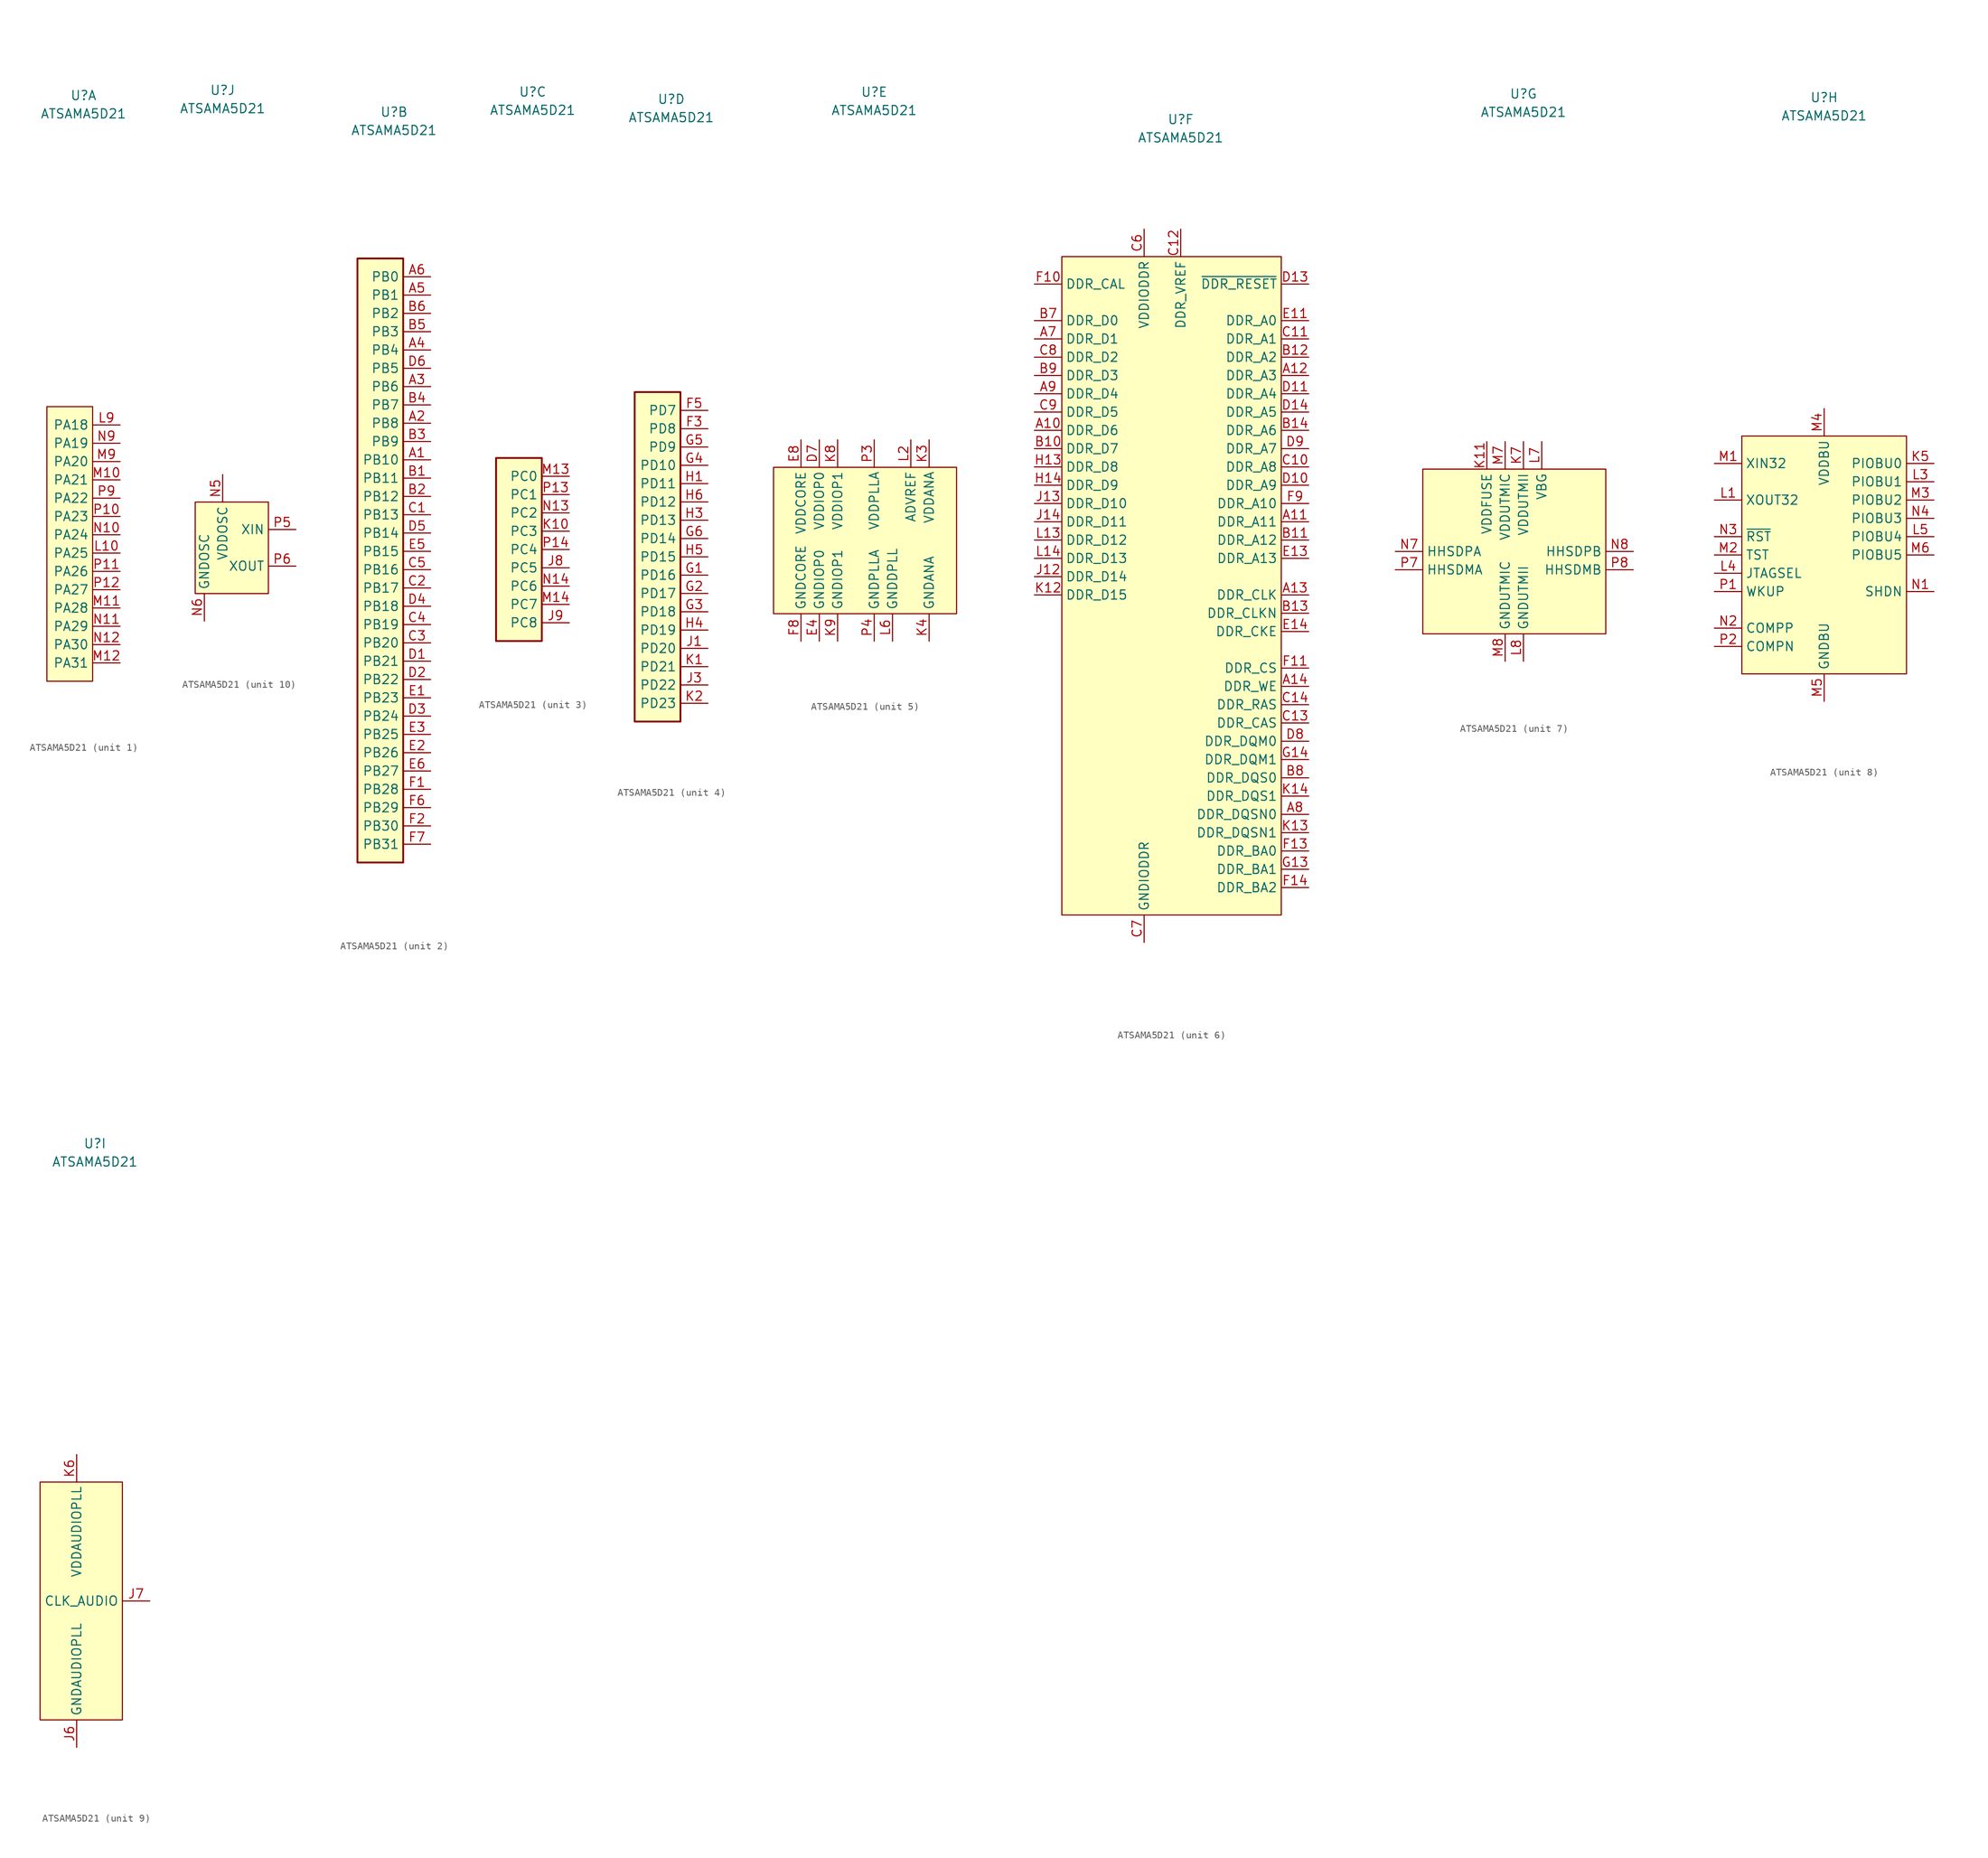
<source format=kicad_sym>
(kicad_symbol_lib
  (version 20231120)
  (generator "kicad_symbol_editor")
  (generator_version "8.0")
  (symbol "ATSAMA5D21"
    (property "Reference" "U"
      (at 0 63.5 0)
      (effects (font (size 1.27 1.27))))
    (property "Value" "ATSAMA5D21"
      (at 0 60.96 0)
      (effects (font (size 1.27 1.27))))
    (property "ki_locked" ""
      (at 0 0 0)
      (effects (font (size 1.27 1.27))))
    (symbol "ATSAMA5D21_1_1"
      (rectangle (start 1.27 20.32) (end -5.08 -17.78) (stroke (width 0) (type default)) (fill (type background)))
      (pin bidirectional line (at 5.08 0 180) (length 3.81) (name "PA25" (effects (font (size 1.27 1.27)))) (number "L10" (effects (font (size 1.27 1.27)))))
      (pin bidirectional line (at 5.08 17.78 180) (length 3.81) (name "PA18" (effects (font (size 1.27 1.27)))) (number "L9" (effects (font (size 1.27 1.27)))))
      (pin bidirectional line (at 5.08 10.16 180) (length 3.81) (name "PA21" (effects (font (size 1.27 1.27)))) (number "M10" (effects (font (size 1.27 1.27)))))
      (pin bidirectional line (at 5.08 -7.62 180) (length 3.81) (name "PA28" (effects (font (size 1.27 1.27)))) (number "M11" (effects (font (size 1.27 1.27)))))
      (pin bidirectional line (at 5.08 -15.24 180) (length 3.81) (name "PA31" (effects (font (size 1.27 1.27)))) (number "M12" (effects (font (size 1.27 1.27)))))
      (pin bidirectional line (at 5.08 12.7 180) (length 3.81) (name "PA20" (effects (font (size 1.27 1.27)))) (number "M9" (effects (font (size 1.27 1.27)))))
      (pin bidirectional line (at 5.08 2.54 180) (length 3.81) (name "PA24" (effects (font (size 1.27 1.27)))) (number "N10" (effects (font (size 1.27 1.27)))))
      (pin bidirectional line (at 5.08 -10.16 180) (length 3.81) (name "PA29" (effects (font (size 1.27 1.27)))) (number "N11" (effects (font (size 1.27 1.27)))))
      (pin bidirectional line (at 5.08 -12.7 180) (length 3.81) (name "PA30" (effects (font (size 1.27 1.27)))) (number "N12" (effects (font (size 1.27 1.27)))))
      (pin bidirectional line (at 5.08 15.24 180) (length 3.81) (name "PA19" (effects (font (size 1.27 1.27)))) (number "N9" (effects (font (size 1.27 1.27)))))
      (pin bidirectional line (at 5.08 5.08 180) (length 3.81) (name "PA23" (effects (font (size 1.27 1.27)))) (number "P10" (effects (font (size 1.27 1.27)))))
      (pin bidirectional line (at 5.08 -2.54 180) (length 3.81) (name "PA26" (effects (font (size 1.27 1.27)))) (number "P11" (effects (font (size 1.27 1.27)))))
      (pin bidirectional line (at 5.08 -5.08 180) (length 3.81) (name "PA27" (effects (font (size 1.27 1.27)))) (number "P12" (effects (font (size 1.27 1.27)))))
      (pin bidirectional line (at 5.08 7.62 180) (length 3.81) (name "PA22" (effects (font (size 1.27 1.27)))) (number "P9" (effects (font (size 1.27 1.27))))))
    (symbol "ATSAMA5D21_2_1"
      (rectangle (start -5.08 43.18) (end 1.27 -40.64) (stroke (width 0.254) (type default)) (fill (type background)))
      (pin bidirectional line (at 5.08 15.24 180) (length 3.81) (name "PB10" (effects (font (size 1.27 1.27)))) (number "A1" (effects (font (size 1.27 1.27)))))
      (pin bidirectional line (at 5.08 20.32 180) (length 3.81) (name "PB8" (effects (font (size 1.27 1.27)))) (number "A2" (effects (font (size 1.27 1.27)))))
      (pin bidirectional line (at 5.08 25.4 180) (length 3.81) (name "PB6" (effects (font (size 1.27 1.27)))) (number "A3" (effects (font (size 1.27 1.27)))))
      (pin bidirectional line (at 5.08 30.48 180) (length 3.81) (name "PB4" (effects (font (size 1.27 1.27)))) (number "A4" (effects (font (size 1.27 1.27)))))
      (pin bidirectional line (at 5.08 38.1 180) (length 3.81) (name "PB1" (effects (font (size 1.27 1.27)))) (number "A5" (effects (font (size 1.27 1.27)))))
      (pin bidirectional line (at 5.08 40.64 180) (length 3.81) (name "PB0" (effects (font (size 1.27 1.27)))) (number "A6" (effects (font (size 1.27 1.27)))))
      (pin bidirectional line (at 5.08 12.7 180) (length 3.81) (name "PB11" (effects (font (size 1.27 1.27)))) (number "B1" (effects (font (size 1.27 1.27)))))
      (pin bidirectional line (at 5.08 10.16 180) (length 3.81) (name "PB12" (effects (font (size 1.27 1.27)))) (number "B2" (effects (font (size 1.27 1.27)))))
      (pin bidirectional line (at 5.08 17.78 180) (length 3.81) (name "PB9" (effects (font (size 1.27 1.27)))) (number "B3" (effects (font (size 1.27 1.27)))))
      (pin bidirectional line (at 5.08 22.86 180) (length 3.81) (name "PB7" (effects (font (size 1.27 1.27)))) (number "B4" (effects (font (size 1.27 1.27)))))
      (pin bidirectional line (at 5.08 33.02 180) (length 3.81) (name "PB3" (effects (font (size 1.27 1.27)))) (number "B5" (effects (font (size 1.27 1.27)))))
      (pin bidirectional line (at 5.08 35.56 180) (length 3.81) (name "PB2" (effects (font (size 1.27 1.27)))) (number "B6" (effects (font (size 1.27 1.27)))))
      (pin bidirectional line (at 5.08 7.62 180) (length 3.81) (name "PB13" (effects (font (size 1.27 1.27)))) (number "C1" (effects (font (size 1.27 1.27)))))
      (pin bidirectional line (at 5.08 -2.54 180) (length 3.81) (name "PB17" (effects (font (size 1.27 1.27)))) (number "C2" (effects (font (size 1.27 1.27)))))
      (pin bidirectional line (at 5.08 -10.16 180) (length 3.81) (name "PB20" (effects (font (size 1.27 1.27)))) (number "C3" (effects (font (size 1.27 1.27)))))
      (pin bidirectional line (at 5.08 -7.62 180) (length 3.81) (name "PB19" (effects (font (size 1.27 1.27)))) (number "C4" (effects (font (size 1.27 1.27)))))
      (pin bidirectional line (at 5.08 0 180) (length 3.81) (name "PB16" (effects (font (size 1.27 1.27)))) (number "C5" (effects (font (size 1.27 1.27)))))
      (pin bidirectional line (at 5.08 -12.7 180) (length 3.81) (name "PB21" (effects (font (size 1.27 1.27)))) (number "D1" (effects (font (size 1.27 1.27)))))
      (pin bidirectional line (at 5.08 -15.24 180) (length 3.81) (name "PB22" (effects (font (size 1.27 1.27)))) (number "D2" (effects (font (size 1.27 1.27)))))
      (pin bidirectional line (at 5.08 -20.32 180) (length 3.81) (name "PB24" (effects (font (size 1.27 1.27)))) (number "D3" (effects (font (size 1.27 1.27)))))
      (pin bidirectional line (at 5.08 -5.08 180) (length 3.81) (name "PB18" (effects (font (size 1.27 1.27)))) (number "D4" (effects (font (size 1.27 1.27)))))
      (pin bidirectional line (at 5.08 5.08 180) (length 3.81) (name "PB14" (effects (font (size 1.27 1.27)))) (number "D5" (effects (font (size 1.27 1.27)))))
      (pin bidirectional line (at 5.08 27.94 180) (length 3.81) (name "PB5" (effects (font (size 1.27 1.27)))) (number "D6" (effects (font (size 1.27 1.27)))))
      (pin bidirectional line (at 5.08 -17.78 180) (length 3.81) (name "PB23" (effects (font (size 1.27 1.27)))) (number "E1" (effects (font (size 1.27 1.27)))))
      (pin bidirectional line (at 5.08 -25.4 180) (length 3.81) (name "PB26" (effects (font (size 1.27 1.27)))) (number "E2" (effects (font (size 1.27 1.27)))))
      (pin bidirectional line (at 5.08 -22.86 180) (length 3.81) (name "PB25" (effects (font (size 1.27 1.27)))) (number "E3" (effects (font (size 1.27 1.27)))))
      (pin bidirectional line (at 5.08 2.54 180) (length 3.81) (name "PB15" (effects (font (size 1.27 1.27)))) (number "E5" (effects (font (size 1.27 1.27)))))
      (pin bidirectional line (at 5.08 -27.94 180) (length 3.81) (name "PB27" (effects (font (size 1.27 1.27)))) (number "E6" (effects (font (size 1.27 1.27)))))
      (pin bidirectional line (at 5.08 -30.48 180) (length 3.81) (name "PB28" (effects (font (size 1.27 1.27)))) (number "F1" (effects (font (size 1.27 1.27)))))
      (pin bidirectional line (at 5.08 -35.56 180) (length 3.81) (name "PB30" (effects (font (size 1.27 1.27)))) (number "F2" (effects (font (size 1.27 1.27)))))
      (pin bidirectional line (at 5.08 -33.02 180) (length 3.81) (name "PB29" (effects (font (size 1.27 1.27)))) (number "F6" (effects (font (size 1.27 1.27)))))
      (pin bidirectional line (at 5.08 -38.1 180) (length 3.81) (name "PB31" (effects (font (size 1.27 1.27)))) (number "F7" (effects (font (size 1.27 1.27))))))
    (symbol "ATSAMA5D21_3_1"
      (rectangle (start -5.08 -12.7) (end 1.27 12.7) (stroke (width 0.254) (type default)) (fill (type background)))
      (pin bidirectional line (at 5.08 -2.54 180) (length 3.81) (name "PC5" (effects (font (size 1.27 1.27)))) (number "J8" (effects (font (size 1.27 1.27)))))
      (pin bidirectional line (at 5.08 -10.16 180) (length 3.81) (name "PC8" (effects (font (size 1.27 1.27)))) (number "J9" (effects (font (size 1.27 1.27)))))
      (pin bidirectional line (at 5.08 2.54 180) (length 3.81) (name "PC3" (effects (font (size 1.27 1.27)))) (number "K10" (effects (font (size 1.27 1.27)))))
      (pin bidirectional line (at 5.08 10.16 180) (length 3.81) (name "PC0" (effects (font (size 1.27 1.27)))) (number "M13" (effects (font (size 1.27 1.27)))))
      (pin bidirectional line (at 5.08 -7.62 180) (length 3.81) (name "PC7" (effects (font (size 1.27 1.27)))) (number "M14" (effects (font (size 1.27 1.27)))))
      (pin bidirectional line (at 5.08 5.08 180) (length 3.81) (name "PC2" (effects (font (size 1.27 1.27)))) (number "N13" (effects (font (size 1.27 1.27)))))
      (pin bidirectional line (at 5.08 -5.08 180) (length 3.81) (name "PC6" (effects (font (size 1.27 1.27)))) (number "N14" (effects (font (size 1.27 1.27)))))
      (pin bidirectional line (at 5.08 7.62 180) (length 3.81) (name "PC1" (effects (font (size 1.27 1.27)))) (number "P13" (effects (font (size 1.27 1.27)))))
      (pin bidirectional line (at 5.08 0 180) (length 3.81) (name "PC4" (effects (font (size 1.27 1.27)))) (number "P14" (effects (font (size 1.27 1.27))))))
    (symbol "ATSAMA5D21_4_1"
      (rectangle (start -5.08 22.86) (end 1.27 -22.86) (stroke (width 0.254) (type default)) (fill (type background)))
      (pin bidirectional line (at 5.08 17.78 180) (length 3.81) (name "PD8" (effects (font (size 1.27 1.27)))) (number "F3" (effects (font (size 1.27 1.27)))))
      (pin bidirectional line (at 5.08 20.32 180) (length 3.81) (name "PD7" (effects (font (size 1.27 1.27)))) (number "F5" (effects (font (size 1.27 1.27)))))
      (pin bidirectional line (at 5.08 -2.54 180) (length 3.81) (name "PD16" (effects (font (size 1.27 1.27)))) (number "G1" (effects (font (size 1.27 1.27)))))
      (pin bidirectional line (at 5.08 -5.08 180) (length 3.81) (name "PD17" (effects (font (size 1.27 1.27)))) (number "G2" (effects (font (size 1.27 1.27)))))
      (pin bidirectional line (at 5.08 -7.62 180) (length 3.81) (name "PD18" (effects (font (size 1.27 1.27)))) (number "G3" (effects (font (size 1.27 1.27)))))
      (pin bidirectional line (at 5.08 12.7 180) (length 3.81) (name "PD10" (effects (font (size 1.27 1.27)))) (number "G4" (effects (font (size 1.27 1.27)))))
      (pin bidirectional line (at 5.08 15.24 180) (length 3.81) (name "PD9" (effects (font (size 1.27 1.27)))) (number "G5" (effects (font (size 1.27 1.27)))))
      (pin bidirectional line (at 5.08 2.54 180) (length 3.81) (name "PD14" (effects (font (size 1.27 1.27)))) (number "G6" (effects (font (size 1.27 1.27)))))
      (pin bidirectional line (at 5.08 10.16 180) (length 3.81) (name "PD11" (effects (font (size 1.27 1.27)))) (number "H1" (effects (font (size 1.27 1.27)))))
      (pin bidirectional line (at 5.08 5.08 180) (length 3.81) (name "PD13" (effects (font (size 1.27 1.27)))) (number "H3" (effects (font (size 1.27 1.27)))))
      (pin bidirectional line (at 5.08 -10.16 180) (length 3.81) (name "PD19" (effects (font (size 1.27 1.27)))) (number "H4" (effects (font (size 1.27 1.27)))))
      (pin bidirectional line (at 5.08 0 180) (length 3.81) (name "PD15" (effects (font (size 1.27 1.27)))) (number "H5" (effects (font (size 1.27 1.27)))))
      (pin bidirectional line (at 5.08 7.62 180) (length 3.81) (name "PD12" (effects (font (size 1.27 1.27)))) (number "H6" (effects (font (size 1.27 1.27)))))
      (pin bidirectional line (at 5.08 -12.7 180) (length 3.81) (name "PD20" (effects (font (size 1.27 1.27)))) (number "J1" (effects (font (size 1.27 1.27)))))
      (pin bidirectional line (at 5.08 -17.78 180) (length 3.81) (name "PD22" (effects (font (size 1.27 1.27)))) (number "J3" (effects (font (size 1.27 1.27)))))
      (pin bidirectional line (at 5.08 -15.24 180) (length 3.81) (name "PD21" (effects (font (size 1.27 1.27)))) (number "K1" (effects (font (size 1.27 1.27)))))
      (pin bidirectional line (at 5.08 -20.32 180) (length 3.81) (name "PD23" (effects (font (size 1.27 1.27)))) (number "K2" (effects (font (size 1.27 1.27))))))
    (symbol "ATSAMA5D21_5_1"
      (rectangle (start -13.97 11.43) (end 11.43 -8.89) (stroke (width 0) (type default)) (fill (type background)))
      (pin power_in line (at -7.62 15.24 270) (length 3.81) (name "VDDIOP0" (effects (font (size 1.27 1.27)))) (number "D7" (effects (font (size 1.27 1.27)))))
      (pin power_in line (at -7.62 -12.7 90) (length 3.81) (name "GNDIOP0" (effects (font (size 1.27 1.27)))) (number "E4" (effects (font (size 1.27 1.27)))))
      (pin passive line (at -7.62 -12.7 90) (length 3.81) hide (name "GNDIOP0" (effects (font (size 1.27 1.27)))) (number "E7" (effects (font (size 1.27 1.27)))))
      (pin power_in line (at -10.16 15.24 270) (length 3.81) (name "VDDCORE" (effects (font (size 1.27 1.27)))) (number "E8" (effects (font (size 1.27 1.27)))))
      (pin passive line (at -7.62 15.24 270) (length 3.81) hide (name "VDDIOP0" (effects (font (size 1.27 1.27)))) (number "F4" (effects (font (size 1.27 1.27)))))
      (pin power_in line (at -10.16 -12.7 90) (length 3.81) (name "GNDCORE" (effects (font (size 1.27 1.27)))) (number "F8" (effects (font (size 1.27 1.27)))))
      (pin passive line (at -10.16 -12.7 90) (length 3.81) hide (name "GNDCORE" (effects (font (size 1.27 1.27)))) (number "G7" (effects (font (size 1.27 1.27)))))
      (pin passive line (at -10.16 15.24 270) (length 3.81) hide (name "VDDCORE" (effects (font (size 1.27 1.27)))) (number "G8" (effects (font (size 1.27 1.27)))))
      (pin passive line (at -10.16 -12.7 90) (length 3.81) hide (name "GNDCORE" (effects (font (size 1.27 1.27)))) (number "G9" (effects (font (size 1.27 1.27)))))
      (pin passive line (at 7.62 15.24 270) (length 3.81) hide (name "VDDANA" (effects (font (size 1.27 1.27)))) (number "H2" (effects (font (size 1.27 1.27)))))
      (pin passive line (at -10.16 -12.7 90) (length 3.81) hide (name "GNDCORE" (effects (font (size 1.27 1.27)))) (number "H7" (effects (font (size 1.27 1.27)))))
      (pin passive line (at -10.16 15.24 270) (length 3.81) hide (name "VDDCORE" (effects (font (size 1.27 1.27)))) (number "H8" (effects (font (size 1.27 1.27)))))
      (pin passive line (at -10.16 15.24 270) (length 3.81) hide (name "VDDCORE" (effects (font (size 1.27 1.27)))) (number "H9" (effects (font (size 1.27 1.27)))))
      (pin passive line (at 7.62 -12.7 90) (length 3.81) hide (name "GNDANA" (effects (font (size 1.27 1.27)))) (number "J2" (effects (font (size 1.27 1.27)))))
      (pin passive line (at -10.16 -12.7 90) (length 3.81) hide (name "GNDCORE" (effects (font (size 1.27 1.27)))) (number "J4" (effects (font (size 1.27 1.27)))))
      (pin passive line (at -10.16 15.24 270) (length 3.81) hide (name "VDDCORE" (effects (font (size 1.27 1.27)))) (number "J5" (effects (font (size 1.27 1.27)))))
      (pin power_in line (at 7.62 15.24 270) (length 3.81) (name "VDDANA" (effects (font (size 1.27 1.27)))) (number "K3" (effects (font (size 1.27 1.27)))))
      (pin power_in line (at 7.62 -12.7 90) (length 3.81) (name "GNDANA" (effects (font (size 1.27 1.27)))) (number "K4" (effects (font (size 1.27 1.27)))))
      (pin power_in line (at -5.08 15.24 270) (length 3.81) (name "VDDIOP1" (effects (font (size 1.27 1.27)))) (number "K8" (effects (font (size 1.27 1.27)))))
      (pin power_in line (at -5.08 -12.7 90) (length 3.81) (name "GNDIOP1" (effects (font (size 1.27 1.27)))) (number "K9" (effects (font (size 1.27 1.27)))))
      (pin passive line (at -5.08 15.24 270) (length 3.81) hide (name "VDDIOP1" (effects (font (size 1.27 1.27)))) (number "L11" (effects (font (size 1.27 1.27)))))
      (pin passive line (at -5.08 -12.7 90) (length 3.81) hide (name "GNDIOP1" (effects (font (size 1.27 1.27)))) (number "L12" (effects (font (size 1.27 1.27)))))
      (pin power_in line (at 5.08 15.24 270) (length 3.81) (name "ADVREF" (effects (font (size 1.27 1.27)))) (number "L2" (effects (font (size 1.27 1.27)))))
      (pin power_in line (at 2.54 -12.7 90) (length 3.81) (name "GNDDPLL" (effects (font (size 1.27 1.27)))) (number "L6" (effects (font (size 1.27 1.27)))))
      (pin power_in line (at 0 15.24 270) (length 3.81) (name "VDDPLLA" (effects (font (size 1.27 1.27)))) (number "P3" (effects (font (size 1.27 1.27)))))
      (pin power_in line (at 0 -12.7 90) (length 3.81) (name "GNDPLLA" (effects (font (size 1.27 1.27)))) (number "P4" (effects (font (size 1.27 1.27))))))
    (symbol "ATSAMA5D21_6_1"
      (rectangle (start -16.51 44.45) (end 13.97 -46.99) (stroke (width 0) (type default)) (fill (type background)))
      (pin bidirectional line (at -20.32 20.32 0) (length 3.81) (name "DDR_D6" (effects (font (size 1.27 1.27)))) (number "A10" (effects (font (size 1.27 1.27)))))
      (pin output line (at 17.78 7.62 180) (length 3.81) (name "DDR_A11" (effects (font (size 1.27 1.27)))) (number "A11" (effects (font (size 1.27 1.27)))))
      (pin output line (at 17.78 27.94 180) (length 3.81) (name "DDR_A3" (effects (font (size 1.27 1.27)))) (number "A12" (effects (font (size 1.27 1.27)))))
      (pin output line (at 17.78 -2.54 180) (length 3.81) (name "DDR_CLK" (effects (font (size 1.27 1.27)))) (number "A13" (effects (font (size 1.27 1.27)))))
      (pin output line (at 17.78 -15.24 180) (length 3.81) (name "DDR_WE" (effects (font (size 1.27 1.27)))) (number "A14" (effects (font (size 1.27 1.27)))))
      (pin bidirectional line (at -20.32 33.02 0) (length 3.81) (name "DDR_D1" (effects (font (size 1.27 1.27)))) (number "A7" (effects (font (size 1.27 1.27)))))
      (pin output line (at 17.78 -33.02 180) (length 3.81) (name "DDR_DQSN0" (effects (font (size 1.27 1.27)))) (number "A8" (effects (font (size 1.27 1.27)))))
      (pin bidirectional line (at -20.32 25.4 0) (length 3.81) (name "DDR_D4" (effects (font (size 1.27 1.27)))) (number "A9" (effects (font (size 1.27 1.27)))))
      (pin bidirectional line (at -20.32 17.78 0) (length 3.81) (name "DDR_D7" (effects (font (size 1.27 1.27)))) (number "B10" (effects (font (size 1.27 1.27)))))
      (pin output line (at 17.78 5.08 180) (length 3.81) (name "DDR_A12" (effects (font (size 1.27 1.27)))) (number "B11" (effects (font (size 1.27 1.27)))))
      (pin output line (at 17.78 30.48 180) (length 3.81) (name "DDR_A2" (effects (font (size 1.27 1.27)))) (number "B12" (effects (font (size 1.27 1.27)))))
      (pin output line (at 17.78 -5.08 180) (length 3.81) (name "DDR_CLKN" (effects (font (size 1.27 1.27)))) (number "B13" (effects (font (size 1.27 1.27)))))
      (pin output line (at 17.78 20.32 180) (length 3.81) (name "DDR_A6" (effects (font (size 1.27 1.27)))) (number "B14" (effects (font (size 1.27 1.27)))))
      (pin bidirectional line (at -20.32 35.56 0) (length 3.81) (name "DDR_D0" (effects (font (size 1.27 1.27)))) (number "B7" (effects (font (size 1.27 1.27)))))
      (pin output line (at 17.78 -27.94 180) (length 3.81) (name "DDR_DQS0" (effects (font (size 1.27 1.27)))) (number "B8" (effects (font (size 1.27 1.27)))))
      (pin bidirectional line (at -20.32 27.94 0) (length 3.81) (name "DDR_D3" (effects (font (size 1.27 1.27)))) (number "B9" (effects (font (size 1.27 1.27)))))
      (pin output line (at 17.78 15.24 180) (length 3.81) (name "DDR_A8" (effects (font (size 1.27 1.27)))) (number "C10" (effects (font (size 1.27 1.27)))))
      (pin output line (at 17.78 33.02 180) (length 3.81) (name "DDR_A1" (effects (font (size 1.27 1.27)))) (number "C11" (effects (font (size 1.27 1.27)))))
      (pin power_in line (at 0 48.26 270) (length 3.81) (name "DDR_VREF" (effects (font (size 1.27 1.27)))) (number "C12" (effects (font (size 1.27 1.27)))))
      (pin output line (at 17.78 -20.32 180) (length 3.81) (name "DDR_CAS" (effects (font (size 1.27 1.27)))) (number "C13" (effects (font (size 1.27 1.27)))))
      (pin output line (at 17.78 -17.78 180) (length 3.81) (name "DDR_RAS" (effects (font (size 1.27 1.27)))) (number "C14" (effects (font (size 1.27 1.27)))))
      (pin power_in line (at -5.08 48.26 270) (length 3.81) (name "VDDIODDR" (effects (font (size 1.27 1.27)))) (number "C6" (effects (font (size 1.27 1.27)))))
      (pin power_in line (at -5.08 -50.8 90) (length 3.81) (name "GNDIODDR" (effects (font (size 1.27 1.27)))) (number "C7" (effects (font (size 1.27 1.27)))))
      (pin bidirectional line (at -20.32 30.48 0) (length 3.81) (name "DDR_D2" (effects (font (size 1.27 1.27)))) (number "C8" (effects (font (size 1.27 1.27)))))
      (pin bidirectional line (at -20.32 22.86 0) (length 3.81) (name "DDR_D5" (effects (font (size 1.27 1.27)))) (number "C9" (effects (font (size 1.27 1.27)))))
      (pin output line (at 17.78 12.7 180) (length 3.81) (name "DDR_A9" (effects (font (size 1.27 1.27)))) (number "D10" (effects (font (size 1.27 1.27)))))
      (pin output line (at 17.78 25.4 180) (length 3.81) (name "DDR_A4" (effects (font (size 1.27 1.27)))) (number "D11" (effects (font (size 1.27 1.27)))))
      (pin passive line (at -5.08 -50.8 90) (length 3.81) hide (name "GNDIODDR" (effects (font (size 1.27 1.27)))) (number "D12" (effects (font (size 1.27 1.27)))))
      (pin output line (at 17.78 40.64 180) (length 3.81) (name "~{DDR_RESET}" (effects (font (size 1.27 1.27)))) (number "D13" (effects (font (size 1.27 1.27)))))
      (pin output line (at 17.78 22.86 180) (length 3.81) (name "DDR_A5" (effects (font (size 1.27 1.27)))) (number "D14" (effects (font (size 1.27 1.27)))))
      (pin output line (at 17.78 -22.86 180) (length 3.81) (name "DDR_DQM0" (effects (font (size 1.27 1.27)))) (number "D8" (effects (font (size 1.27 1.27)))))
      (pin output line (at 17.78 17.78 180) (length 3.81) (name "DDR_A7" (effects (font (size 1.27 1.27)))) (number "D9" (effects (font (size 1.27 1.27)))))
      (pin passive line (at -5.08 48.26 270) (length 3.81) hide (name "VDDIODDR" (effects (font (size 1.27 1.27)))) (number "E10" (effects (font (size 1.27 1.27)))))
      (pin output line (at 17.78 35.56 180) (length 3.81) (name "DDR_A0" (effects (font (size 1.27 1.27)))) (number "E11" (effects (font (size 1.27 1.27)))))
      (pin passive line (at -5.08 48.26 270) (length 3.81) hide (name "VDDIODDR" (effects (font (size 1.27 1.27)))) (number "E12" (effects (font (size 1.27 1.27)))))
      (pin output line (at 17.78 2.54 180) (length 3.81) (name "DDR_A13" (effects (font (size 1.27 1.27)))) (number "E13" (effects (font (size 1.27 1.27)))))
      (pin output line (at 17.78 -7.62 180) (length 3.81) (name "DDR_CKE" (effects (font (size 1.27 1.27)))) (number "E14" (effects (font (size 1.27 1.27)))))
      (pin passive line (at -5.08 -50.8 90) (length 3.81) hide (name "GNDIODDR" (effects (font (size 1.27 1.27)))) (number "E9" (effects (font (size 1.27 1.27)))))
      (pin input line (at -20.32 40.64 0) (length 3.81) (name "DDR_CAL" (effects (font (size 1.27 1.27)))) (number "F10" (effects (font (size 1.27 1.27)))))
      (pin output line (at 17.78 -12.7 180) (length 3.81) (name "DDR_CS" (effects (font (size 1.27 1.27)))) (number "F11" (effects (font (size 1.27 1.27)))))
      (pin passive line (at -5.08 -50.8 90) (length 3.81) hide (name "GNDIODDR" (effects (font (size 1.27 1.27)))) (number "F12" (effects (font (size 1.27 1.27)))))
      (pin output line (at 17.78 -38.1 180) (length 3.81) (name "DDR_BA0" (effects (font (size 1.27 1.27)))) (number "F13" (effects (font (size 1.27 1.27)))))
      (pin output line (at 17.78 -43.18 180) (length 3.81) (name "DDR_BA2" (effects (font (size 1.27 1.27)))) (number "F14" (effects (font (size 1.27 1.27)))))
      (pin output line (at 17.78 10.16 180) (length 3.81) (name "DDR_A10" (effects (font (size 1.27 1.27)))) (number "F9" (effects (font (size 1.27 1.27)))))
      (pin passive line (at -5.08 48.26 270) (length 3.81) hide (name "VDDIODDR" (effects (font (size 1.27 1.27)))) (number "G10" (effects (font (size 1.27 1.27)))))
      (pin passive line (at -5.08 -50.8 90) (length 3.81) hide (name "GNDIODDR" (effects (font (size 1.27 1.27)))) (number "G11" (effects (font (size 1.27 1.27)))))
      (pin passive line (at -5.08 48.26 270) (length 3.81) hide (name "VDDIODDR" (effects (font (size 1.27 1.27)))) (number "G12" (effects (font (size 1.27 1.27)))))
      (pin output line (at 17.78 -40.64 180) (length 3.81) (name "DDR_BA1" (effects (font (size 1.27 1.27)))) (number "G13" (effects (font (size 1.27 1.27)))))
      (pin output line (at 17.78 -25.4 180) (length 3.81) (name "DDR_DQM1" (effects (font (size 1.27 1.27)))) (number "G14" (effects (font (size 1.27 1.27)))))
      (pin passive line (at -5.08 -50.8 90) (length 3.81) hide (name "GNDIODDR" (effects (font (size 1.27 1.27)))) (number "H10" (effects (font (size 1.27 1.27)))))
      (pin passive line (at -5.08 48.26 270) (length 3.81) hide (name "VDDIODDR" (effects (font (size 1.27 1.27)))) (number "H11" (effects (font (size 1.27 1.27)))))
      (pin passive line (at 0 48.26 270) (length 3.81) hide (name "DDR_VREF" (effects (font (size 1.27 1.27)))) (number "H12" (effects (font (size 1.27 1.27)))))
      (pin bidirectional line (at -20.32 15.24 0) (length 3.81) (name "DDR_D8" (effects (font (size 1.27 1.27)))) (number "H13" (effects (font (size 1.27 1.27)))))
      (pin bidirectional line (at -20.32 12.7 0) (length 3.81) (name "DDR_D9" (effects (font (size 1.27 1.27)))) (number "H14" (effects (font (size 1.27 1.27)))))
      (pin passive line (at -5.08 48.26 270) (length 3.81) hide (name "VDDIODDR" (effects (font (size 1.27 1.27)))) (number "J10" (effects (font (size 1.27 1.27)))))
      (pin passive line (at -5.08 -50.8 90) (length 3.81) hide (name "GNDIODDR" (effects (font (size 1.27 1.27)))) (number "J11" (effects (font (size 1.27 1.27)))))
      (pin bidirectional line (at -20.32 0 0) (length 3.81) (name "DDR_D14" (effects (font (size 1.27 1.27)))) (number "J12" (effects (font (size 1.27 1.27)))))
      (pin bidirectional line (at -20.32 10.16 0) (length 3.81) (name "DDR_D10" (effects (font (size 1.27 1.27)))) (number "J13" (effects (font (size 1.27 1.27)))))
      (pin bidirectional line (at -20.32 7.62 0) (length 3.81) (name "DDR_D11" (effects (font (size 1.27 1.27)))) (number "J14" (effects (font (size 1.27 1.27)))))
      (pin bidirectional line (at -20.32 -2.54 0) (length 3.81) (name "DDR_D15" (effects (font (size 1.27 1.27)))) (number "K12" (effects (font (size 1.27 1.27)))))
      (pin output line (at 17.78 -35.56 180) (length 3.81) (name "DDR_DQSN1" (effects (font (size 1.27 1.27)))) (number "K13" (effects (font (size 1.27 1.27)))))
      (pin output line (at 17.78 -30.48 180) (length 3.81) (name "DDR_DQS1" (effects (font (size 1.27 1.27)))) (number "K14" (effects (font (size 1.27 1.27)))))
      (pin bidirectional line (at -20.32 5.08 0) (length 3.81) (name "DDR_D12" (effects (font (size 1.27 1.27)))) (number "L13" (effects (font (size 1.27 1.27)))))
      (pin bidirectional line (at -20.32 2.54 0) (length 3.81) (name "DDR_D13" (effects (font (size 1.27 1.27)))) (number "L14" (effects (font (size 1.27 1.27))))))
    (symbol "ATSAMA5D21_7_1"
      (rectangle (start -13.97 11.43) (end 11.43 -11.43) (stroke (width 0) (type default)) (fill (type background)))
      (pin power_in line (at -5.08 15.24 270) (length 3.81) (name "VDDFUSE" (effects (font (size 1.27 1.27)))) (number "K11" (effects (font (size 1.27 1.27)))))
      (pin power_in line (at 0 15.24 270) (length 3.81) (name "VDDUTMII" (effects (font (size 1.27 1.27)))) (number "K7" (effects (font (size 1.27 1.27)))))
      (pin power_in line (at 2.54 15.24 270) (length 3.81) (name "VBG" (effects (font (size 1.27 1.27)))) (number "L7" (effects (font (size 1.27 1.27)))))
      (pin power_in line (at 0 -15.24 90) (length 3.81) (name "GNDUTMII" (effects (font (size 1.27 1.27)))) (number "L8" (effects (font (size 1.27 1.27)))))
      (pin power_in line (at -2.54 15.24 270) (length 3.81) (name "VDDUTMIC" (effects (font (size 1.27 1.27)))) (number "M7" (effects (font (size 1.27 1.27)))))
      (pin power_in line (at -2.54 -15.24 90) (length 3.81) (name "GNDUTMIC" (effects (font (size 1.27 1.27)))) (number "M8" (effects (font (size 1.27 1.27)))))
      (pin bidirectional line (at -17.78 0 0) (length 3.81) (name "HHSDPA" (effects (font (size 1.27 1.27)))) (number "N7" (effects (font (size 1.27 1.27)))))
      (pin bidirectional line (at 15.24 0 180) (length 3.81) (name "HHSDPB" (effects (font (size 1.27 1.27)))) (number "N8" (effects (font (size 1.27 1.27)))))
      (pin bidirectional line (at -17.78 -2.54 0) (length 3.81) (name "HHSDMA" (effects (font (size 1.27 1.27)))) (number "P7" (effects (font (size 1.27 1.27)))))
      (pin bidirectional line (at 15.24 -2.54 180) (length 3.81) (name "HHSDMB" (effects (font (size 1.27 1.27)))) (number "P8" (effects (font (size 1.27 1.27))))))
    (symbol "ATSAMA5D21_8_1"
      (rectangle (start -11.43 16.51) (end 11.43 -16.51) (stroke (width 0) (type default)) (fill (type background)))
      (pin bidirectional line (at 15.24 12.7 180) (length 3.81) (name "PIOBU0" (effects (font (size 1.27 1.27)))) (number "K5" (effects (font (size 1.27 1.27)))))
      (pin output line (at -15.24 7.62 0) (length 3.81) (name "XOUT32" (effects (font (size 1.27 1.27)))) (number "L1" (effects (font (size 1.27 1.27)))))
      (pin bidirectional line (at 15.24 10.16 180) (length 3.81) (name "PIOBU1" (effects (font (size 1.27 1.27)))) (number "L3" (effects (font (size 1.27 1.27)))))
      (pin input line (at -15.24 -2.54 0) (length 3.81) (name "JTAGSEL" (effects (font (size 1.27 1.27)))) (number "L4" (effects (font (size 1.27 1.27)))))
      (pin bidirectional line (at 15.24 2.54 180) (length 3.81) (name "PIOBU4" (effects (font (size 1.27 1.27)))) (number "L5" (effects (font (size 1.27 1.27)))))
      (pin input line (at -15.24 12.7 0) (length 3.81) (name "XIN32" (effects (font (size 1.27 1.27)))) (number "M1" (effects (font (size 1.27 1.27)))))
      (pin input line (at -15.24 0 0) (length 3.81) (name "TST" (effects (font (size 1.27 1.27)))) (number "M2" (effects (font (size 1.27 1.27)))))
      (pin bidirectional line (at 15.24 7.62 180) (length 3.81) (name "PIOBU2" (effects (font (size 1.27 1.27)))) (number "M3" (effects (font (size 1.27 1.27)))))
      (pin power_in line (at 0 20.32 270) (length 3.81) (name "VDDBU" (effects (font (size 1.27 1.27)))) (number "M4" (effects (font (size 1.27 1.27)))))
      (pin power_in line (at 0 -20.32 90) (length 3.81) (name "GNDBU" (effects (font (size 1.27 1.27)))) (number "M5" (effects (font (size 1.27 1.27)))))
      (pin bidirectional line (at 15.24 0 180) (length 3.81) (name "PIOBU5" (effects (font (size 1.27 1.27)))) (number "M6" (effects (font (size 1.27 1.27)))))
      (pin output line (at 15.24 -5.08 180) (length 3.81) (name "SHDN" (effects (font (size 1.27 1.27)))) (number "N1" (effects (font (size 1.27 1.27)))))
      (pin input line (at -15.24 -10.16 0) (length 3.81) (name "COMPP" (effects (font (size 1.27 1.27)))) (number "N2" (effects (font (size 1.27 1.27)))))
      (pin input line (at -15.24 2.54 0) (length 3.81) (name "~{RST}" (effects (font (size 1.27 1.27)))) (number "N3" (effects (font (size 1.27 1.27)))))
      (pin bidirectional line (at 15.24 5.08 180) (length 3.81) (name "PIOBU3" (effects (font (size 1.27 1.27)))) (number "N4" (effects (font (size 1.27 1.27)))))
      (pin input line (at -15.24 -5.08 0) (length 3.81) (name "WKUP" (effects (font (size 1.27 1.27)))) (number "P1" (effects (font (size 1.27 1.27)))))
      (pin input line (at -15.24 -12.7 0) (length 3.81) (name "COMPN" (effects (font (size 1.27 1.27)))) (number "P2" (effects (font (size 1.27 1.27))))))
    (symbol "ATSAMA5D21_9_1"
      (rectangle (start -7.62 16.51) (end 3.81 -16.51) (stroke (width 0) (type default)) (fill (type background)))
      (pin power_in line (at -2.54 -20.32 90) (length 3.81) (name "GNDAUDIOPLL" (effects (font (size 1.27 1.27)))) (number "J6" (effects (font (size 1.27 1.27)))))
      (pin output line (at 7.62 0 180) (length 3.81) (name "CLK_AUDIO" (effects (font (size 1.27 1.27)))) (number "J7" (effects (font (size 1.27 1.27)))))
      (pin power_in line (at -2.54 20.32 270) (length 3.81) (name "VDDAUDIOPLL" (effects (font (size 1.27 1.27)))) (number "K6" (effects (font (size 1.27 1.27))))))
    (symbol "ATSAMA5D21_10_1"
      (rectangle (start -3.81 6.35) (end 6.35 -6.35) (stroke (width 0) (type default)) (fill (type background)))
      (pin power_in line (at 0 10.16 270) (length 3.81) (name "VDDOSC" (effects (font (size 1.27 1.27)))) (number "N5" (effects (font (size 1.27 1.27)))))
      (pin power_in line (at -2.54 -10.16 90) (length 3.81) (name "GNDOSC" (effects (font (size 1.27 1.27)))) (number "N6" (effects (font (size 1.27 1.27)))))
      (pin input line (at 10.16 2.54 180) (length 3.81) (name "XIN" (effects (font (size 1.27 1.27)))) (number "P5" (effects (font (size 1.27 1.27)))))
      (pin output line (at 10.16 -2.54 180) (length 3.81) (name "XOUT" (effects (font (size 1.27 1.27)))) (number "P6" (effects (font (size 1.27 1.27))))))))
</source>
